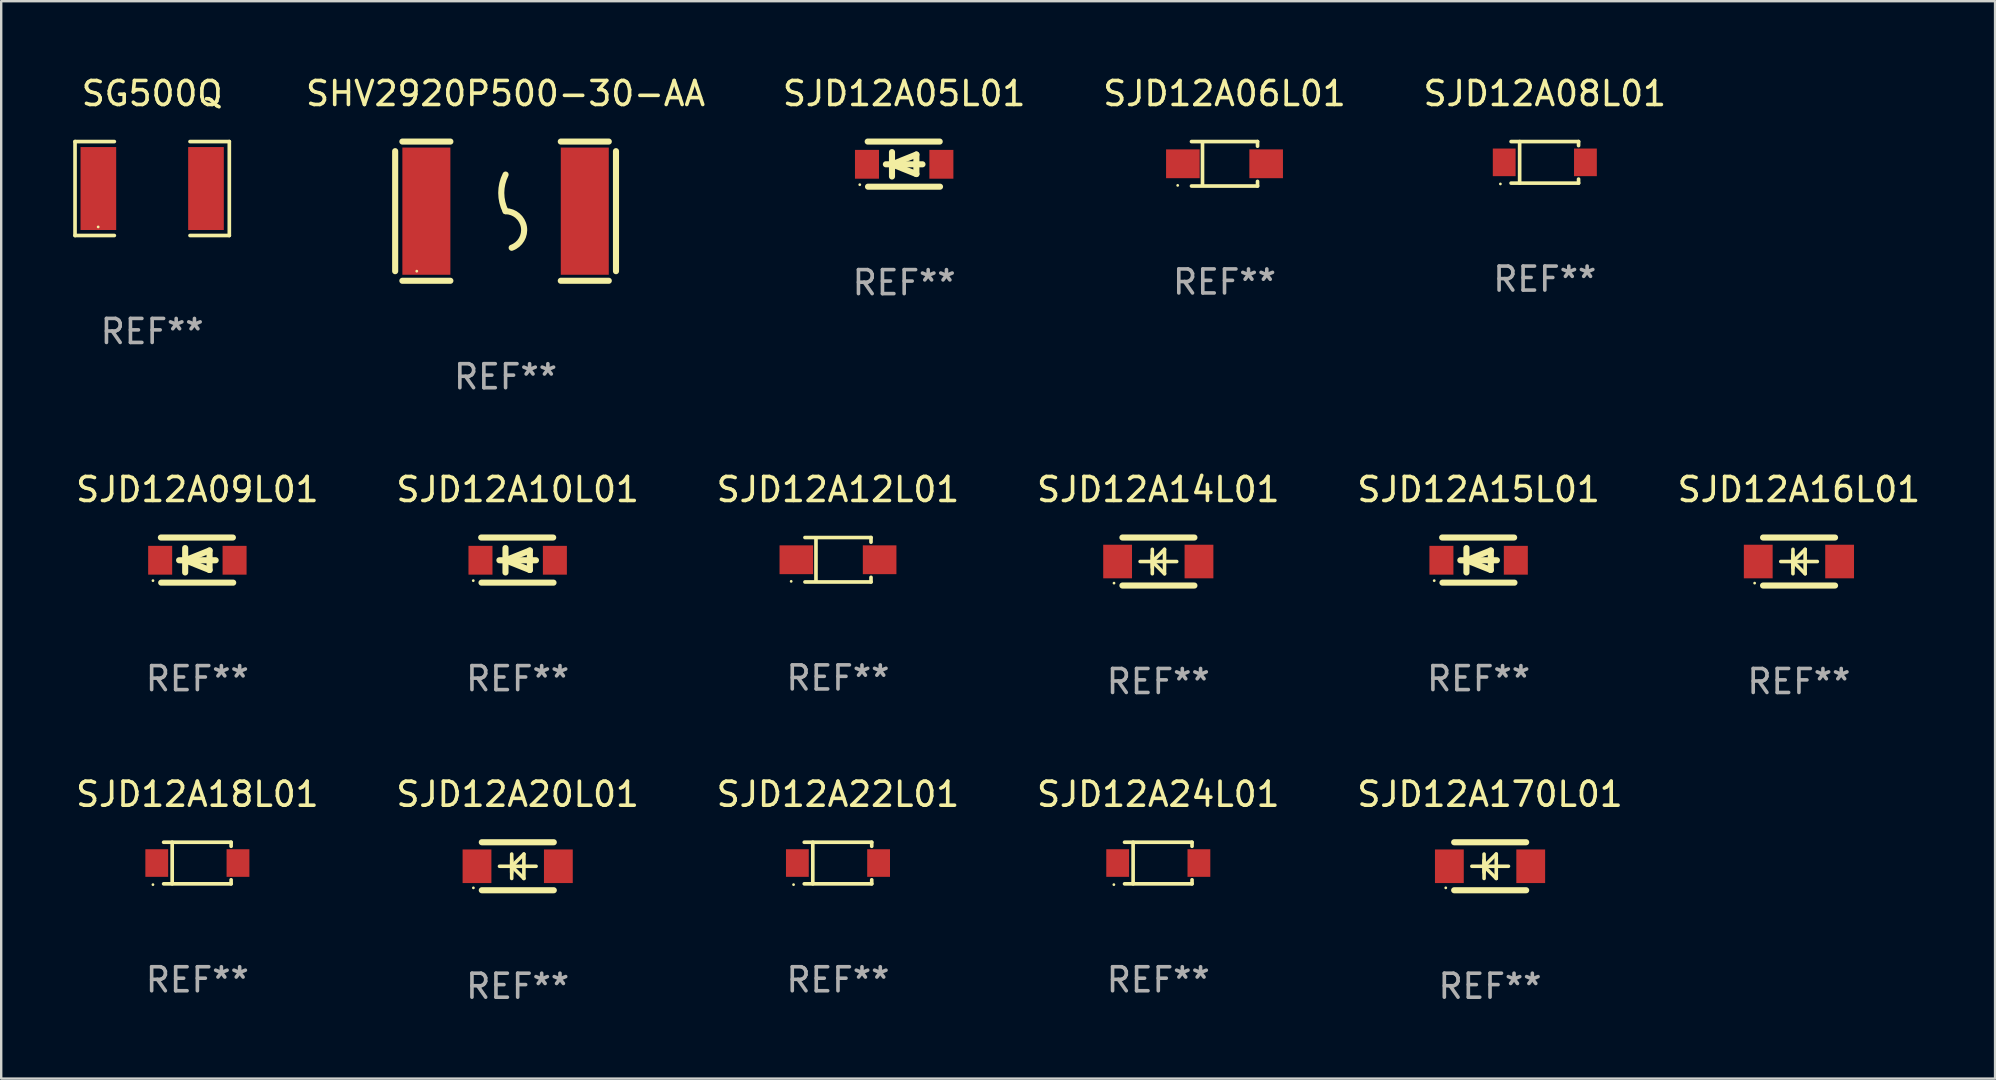
<source format=kicad_pcb>
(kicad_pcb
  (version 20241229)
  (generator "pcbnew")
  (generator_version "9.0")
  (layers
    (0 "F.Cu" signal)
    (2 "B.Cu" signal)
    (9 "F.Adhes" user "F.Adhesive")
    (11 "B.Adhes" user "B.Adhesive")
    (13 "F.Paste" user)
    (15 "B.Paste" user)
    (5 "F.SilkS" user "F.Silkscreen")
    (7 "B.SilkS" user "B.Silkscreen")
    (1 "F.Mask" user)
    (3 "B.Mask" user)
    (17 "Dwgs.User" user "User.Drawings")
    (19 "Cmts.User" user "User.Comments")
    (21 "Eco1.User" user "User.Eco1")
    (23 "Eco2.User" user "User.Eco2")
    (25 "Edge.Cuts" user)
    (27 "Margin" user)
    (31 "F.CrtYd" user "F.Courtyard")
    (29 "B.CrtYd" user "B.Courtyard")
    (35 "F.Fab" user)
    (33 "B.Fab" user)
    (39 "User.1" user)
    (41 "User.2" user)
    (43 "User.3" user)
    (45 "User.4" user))
  (footprint "SG500Q"
    (layer "F.Cu")
    (at 3.29 4.805)
    (property "Reference" "SG500Q" (at 0 -3.957 0) (layer "F.SilkS") (effects (font (size 1 1) (thickness 0.15))))
    (attr through_hole)
    (fp_line (start -3.214 -1.957) (end -1.576 -1.957) (stroke (width 0.152) (type solid)) (layer "F.SilkS"))
    (fp_line (start -3.214 1.957) (end -3.214 -1.957) (stroke (width 0.152) (type solid)) (layer "F.SilkS"))
    (fp_line (start -1.576 1.957) (end -3.214 1.957) (stroke (width 0.152) (type solid)) (layer "F.SilkS"))
    (fp_line (start 1.576 1.957) (end 3.214 1.957) (stroke (width 0.152) (type solid)) (layer "F.SilkS"))
    (fp_line (start 3.214 -1.957) (end 1.576 -1.957) (stroke (width 0.152) (type solid)) (layer "F.SilkS"))
    (fp_line (start 3.214 1.957) (end 3.214 -1.957) (stroke (width 0.152) (type solid)) (layer "F.SilkS"))
    (fp_circle (center -2.25 1.6) (end -2.22 1.6) (stroke (width 0.06) (type solid)) (fill no) (layer "F.SilkS"))
    (fp_text user "REF**" (at 0 5.957 0) (layer "F.Fab") (effects (font (size 1 1) (thickness 0.15))))
    (pad "1" smd rect (at -2.242 0) (size 1.485 3.456) (layers "F.Cu" "F.Mask" "F.Paste"))
    (pad "2" smd rect (at 2.242 0) (size 1.485 3.456) (layers "F.Cu" "F.Mask" "F.Paste")))
  (footprint "SJD12A09L01"
    (layer "F.Cu")
    (at 5.173 20.285)
    (property "Reference" "SJD12A09L01" (at 0 -2.94 0) (layer "F.SilkS") (effects (font (size 1 1) (thickness 0.15))))
    (attr through_hole)
    (fp_line (start -1.52 -0.94) (end 1.48 -0.94) (stroke (width 0.254) (type solid)) (layer "F.SilkS"))
    (fp_line (start -1.507 0.94) (end 1.493 0.94) (stroke (width 0.254) (type solid)) (layer "F.SilkS"))
    (fp_line (start -0.762 0.007) (end 0.762 0.007) (stroke (width 0.254) (type solid)) (layer "F.SilkS"))
    (fp_line (start -0.508 -0.501) (end -0.508 0.515) (stroke (width 0.254) (type solid)) (layer "F.SilkS"))
    (fp_line (start -0.508 0.007) (end 0.508 -0.4) (stroke (width 0.254) (type solid)) (layer "F.SilkS"))
    (fp_line (start 0.508 -0.4) (end 0.508 0.413) (stroke (width 0.254) (type solid)) (layer "F.SilkS"))
    (fp_line (start 0.508 0.413) (end -0.508 0.007) (stroke (width 0.254) (type solid)) (layer "F.SilkS"))
    (fp_circle (center -1.85 0.857) (end -1.82 0.857) (stroke (width 0.06) (type solid)) (fill no) (layer "F.SilkS"))
    (fp_text user "REF**" (at 0 4.94 0) (layer "F.Fab") (effects (font (size 1 1) (thickness 0.15))))
    (pad "1" smd rect (at -1.55 0.007) (size 1 1.2) (layers "F.Cu" "F.Mask" "F.Paste"))
    (pad "2" smd rect (at 1.55 0.007) (size 1 1.2) (layers "F.Cu" "F.Mask" "F.Paste")))
  (footprint "SJD12A16L01"
    (layer "F.Cu")
    (at 71.899 20.345)
    (property "Reference" "SJD12A16L01" (at 0 -3 0) (layer "F.SilkS") (effects (font (size 1 1) (thickness 0.15))))
    (attr through_hole)
    (fp_line (start -1.495 -1) (end 1.505 -1) (stroke (width 0.254) (type solid)) (layer "F.SilkS"))
    (fp_line (start -1.495 1) (end 1.505 1) (stroke (width 0.254) (type solid)) (layer "F.SilkS"))
    (fp_line (start -0.757 0) (end 0.767 0) (stroke (width 0.15) (type solid)) (layer "F.SilkS"))
    (fp_line (start -0.249 -0.508) (end -0.249 0.508) (stroke (width 0.15) (type solid)) (layer "F.SilkS"))
    (fp_line (start -0.249 0) (end 0.259 -0.508) (stroke (width 0.15) (type solid)) (layer "F.SilkS"))
    (fp_line (start -0.249 0) (end 0.259 0.508) (stroke (width 0.15) (type solid)) (layer "F.SilkS"))
    (fp_line (start -0.249 0.254) (end -0.249 -0.254) (stroke (width 0.15) (type solid)) (layer "F.SilkS"))
    (fp_line (start 0.259 0.508) (end 0.259 -0.508) (stroke (width 0.15) (type solid)) (layer "F.SilkS"))
    (fp_circle (center -1.845 0.9) (end -1.815 0.9) (stroke (width 0.06) (type solid)) (fill no) (layer "F.SilkS"))
    (fp_text user "REF**" (at 0 5 0) (layer "F.Fab") (effects (font (size 1 1) (thickness 0.15))))
    (pad "1" smd rect (at -1.695 0) (size 1.2 1.4) (layers "F.Cu" "F.Mask" "F.Paste"))
    (pad "2" smd rect (at 1.695 0) (size 1.2 1.4) (layers "F.Cu" "F.Mask" "F.Paste")))
  (footprint "SJD12A170L01"
    (layer "F.Cu")
    (at 59.03 33.041)
    (property "Reference" "SJD12A170L01" (at 0 -3 0) (layer "F.SilkS") (effects (font (size 1 1) (thickness 0.15))))
    (attr through_hole)
    (fp_line (start -1.495 -1) (end 1.505 -1) (stroke (width 0.254) (type solid)) (layer "F.SilkS"))
    (fp_line (start -1.495 1) (end 1.505 1) (stroke (width 0.254) (type solid)) (layer "F.SilkS"))
    (fp_line (start -0.757 0) (end 0.767 0) (stroke (width 0.15) (type solid)) (layer "F.SilkS"))
    (fp_line (start -0.249 -0.508) (end -0.249 0.508) (stroke (width 0.15) (type solid)) (layer "F.SilkS"))
    (fp_line (start -0.249 0) (end 0.259 -0.508) (stroke (width 0.15) (type solid)) (layer "F.SilkS"))
    (fp_line (start -0.249 0) (end 0.259 0.508) (stroke (width 0.15) (type solid)) (layer "F.SilkS"))
    (fp_line (start -0.249 0.254) (end -0.249 -0.254) (stroke (width 0.15) (type solid)) (layer "F.SilkS"))
    (fp_line (start 0.259 0.508) (end 0.259 -0.508) (stroke (width 0.15) (type solid)) (layer "F.SilkS"))
    (fp_circle (center -1.845 0.9) (end -1.815 0.9) (stroke (width 0.06) (type solid)) (fill no) (layer "F.SilkS"))
    (fp_text user "REF**" (at 0 5 0) (layer "F.Fab") (effects (font (size 1 1) (thickness 0.15))))
    (pad "1" smd rect (at -1.695 0) (size 1.2 1.4) (layers "F.Cu" "F.Mask" "F.Paste"))
    (pad "2" smd rect (at 1.695 0) (size 1.2 1.4) (layers "F.Cu" "F.Mask" "F.Paste")))
  (footprint "SJD12A10L01"
    (layer "F.Cu")
    (at 18.518 20.285)
    (property "Reference" "SJD12A10L01" (at 0 -2.94 0) (layer "F.SilkS") (effects (font (size 1 1) (thickness 0.15))))
    (attr through_hole)
    (fp_line (start -1.52 -0.94) (end 1.48 -0.94) (stroke (width 0.254) (type solid)) (layer "F.SilkS"))
    (fp_line (start -1.507 0.94) (end 1.493 0.94) (stroke (width 0.254) (type solid)) (layer "F.SilkS"))
    (fp_line (start -0.762 0.007) (end 0.762 0.007) (stroke (width 0.254) (type solid)) (layer "F.SilkS"))
    (fp_line (start -0.508 -0.501) (end -0.508 0.515) (stroke (width 0.254) (type solid)) (layer "F.SilkS"))
    (fp_line (start -0.508 0.007) (end 0.508 -0.4) (stroke (width 0.254) (type solid)) (layer "F.SilkS"))
    (fp_line (start 0.508 -0.4) (end 0.508 0.413) (stroke (width 0.254) (type solid)) (layer "F.SilkS"))
    (fp_line (start 0.508 0.413) (end -0.508 0.007) (stroke (width 0.254) (type solid)) (layer "F.SilkS"))
    (fp_circle (center -1.85 0.857) (end -1.82 0.857) (stroke (width 0.06) (type solid)) (fill no) (layer "F.SilkS"))
    (fp_text user "REF**" (at 0 4.94 0) (layer "F.Fab") (effects (font (size 1 1) (thickness 0.15))))
    (pad "1" smd rect (at -1.55 0.007) (size 1 1.2) (layers "F.Cu" "F.Mask" "F.Paste"))
    (pad "2" smd rect (at 1.55 0.007) (size 1 1.2) (layers "F.Cu" "F.Mask" "F.Paste")))
  (footprint "SJD12A05L01"
    (layer "F.Cu")
    (at 34.621 3.788)
    (property "Reference" "SJD12A05L01" (at 0 -2.94 0) (layer "F.SilkS") (effects (font (size 1 1) (thickness 0.15))))
    (attr through_hole)
    (fp_line (start -1.52 -0.94) (end 1.48 -0.94) (stroke (width 0.254) (type solid)) (layer "F.SilkS"))
    (fp_line (start -1.507 0.94) (end 1.493 0.94) (stroke (width 0.254) (type solid)) (layer "F.SilkS"))
    (fp_line (start -0.762 0.007) (end 0.762 0.007) (stroke (width 0.254) (type solid)) (layer "F.SilkS"))
    (fp_line (start -0.508 -0.501) (end -0.508 0.515) (stroke (width 0.254) (type solid)) (layer "F.SilkS"))
    (fp_line (start -0.508 0.007) (end 0.508 -0.4) (stroke (width 0.254) (type solid)) (layer "F.SilkS"))
    (fp_line (start 0.508 -0.4) (end 0.508 0.413) (stroke (width 0.254) (type solid)) (layer "F.SilkS"))
    (fp_line (start 0.508 0.413) (end -0.508 0.007) (stroke (width 0.254) (type solid)) (layer "F.SilkS"))
    (fp_circle (center -1.85 0.857) (end -1.82 0.857) (stroke (width 0.06) (type solid)) (fill no) (layer "F.SilkS"))
    (fp_text user "REF**" (at 0 4.94 0) (layer "F.Fab") (effects (font (size 1 1) (thickness 0.15))))
    (pad "1" smd rect (at -1.55 0.007) (size 1 1.2) (layers "F.Cu" "F.Mask" "F.Paste"))
    (pad "2" smd rect (at 1.55 0.007) (size 1 1.2) (layers "F.Cu" "F.Mask" "F.Paste")))
  (footprint "SJD12A12L01"
    (layer "F.Cu")
    (at 31.863 20.271)
    (property "Reference" "SJD12A12L01" (at 0 -2.926 0) (layer "F.SilkS") (effects (font (size 1 1) (thickness 0.15))))
    (attr through_hole)
    (fp_line (start -1.376 -0.926) (end 1.376 -0.926) (stroke (width 0.152) (type solid)) (layer "F.SilkS"))
    (fp_line (start -1.376 0.926) (end 1.376 0.926) (stroke (width 0.152) (type solid)) (layer "F.SilkS"))
    (fp_line (start -0.917 -0.876) (end -0.917 0.876) (stroke (width 0.152) (type solid)) (layer "F.SilkS"))
    (fp_line (start 1.376 -0.926) (end 1.376 -0.733) (stroke (width 0.152) (type solid)) (layer "F.SilkS"))
    (fp_line (start 1.376 0.926) (end 1.376 0.733) (stroke (width 0.152) (type solid)) (layer "F.SilkS"))
    (fp_circle (center -1.95 0.9) (end -1.92 0.9) (stroke (width 0.06) (type solid)) (fill no) (layer "F.SilkS"))
    (fp_text user "REF**" (at 0 4.926 0) (layer "F.Fab") (effects (font (size 1 1) (thickness 0.15))))
    (pad "1" smd rect (at -1.735 0) (size 1.4 1.2) (layers "F.Cu" "F.Mask" "F.Paste"))
    (pad "2" smd rect (at 1.735 0) (size 1.4 1.2) (layers "F.Cu" "F.Mask" "F.Paste")))
  (footprint "SJD12A15L01"
    (layer "F.Cu")
    (at 58.554 20.285)
    (property "Reference" "SJD12A15L01" (at 0 -2.94 0) (layer "F.SilkS") (effects (font (size 1 1) (thickness 0.15))))
    (attr through_hole)
    (fp_line (start -1.52 -0.94) (end 1.48 -0.94) (stroke (width 0.254) (type solid)) (layer "F.SilkS"))
    (fp_line (start -1.507 0.94) (end 1.493 0.94) (stroke (width 0.254) (type solid)) (layer "F.SilkS"))
    (fp_line (start -0.762 0.007) (end 0.762 0.007) (stroke (width 0.254) (type solid)) (layer "F.SilkS"))
    (fp_line (start -0.508 -0.501) (end -0.508 0.515) (stroke (width 0.254) (type solid)) (layer "F.SilkS"))
    (fp_line (start -0.508 0.007) (end 0.508 -0.4) (stroke (width 0.254) (type solid)) (layer "F.SilkS"))
    (fp_line (start 0.508 -0.4) (end 0.508 0.413) (stroke (width 0.254) (type solid)) (layer "F.SilkS"))
    (fp_line (start 0.508 0.413) (end -0.508 0.007) (stroke (width 0.254) (type solid)) (layer "F.SilkS"))
    (fp_circle (center -1.85 0.857) (end -1.82 0.857) (stroke (width 0.06) (type solid)) (fill no) (layer "F.SilkS"))
    (fp_text user "REF**" (at 0 4.94 0) (layer "F.Fab") (effects (font (size 1 1) (thickness 0.15))))
    (pad "1" smd rect (at -1.55 0.007) (size 1 1.2) (layers "F.Cu" "F.Mask" "F.Paste"))
    (pad "2" smd rect (at 1.55 0.007) (size 1 1.2) (layers "F.Cu" "F.Mask" "F.Paste")))
  (footprint "SJD12A22L01"
    (layer "F.Cu")
    (at 31.863 32.907)
    (property "Reference" "SJD12A22L01" (at 0 -2.866 0) (layer "F.SilkS") (effects (font (size 1 1) (thickness 0.15))))
    (attr through_hole)
    (fp_line (start -1.406 -0.866) (end 1.406 -0.866) (stroke (width 0.152) (type solid)) (layer "F.SilkS"))
    (fp_line (start -1.406 0.866) (end 1.406 0.866) (stroke (width 0.152) (type solid)) (layer "F.SilkS"))
    (fp_line (start -1.049 -0.866) (end -1.049 0.866) (stroke (width 0.152) (type solid)) (layer "F.SilkS"))
    (fp_line (start 1.406 -0.866) (end 1.406 -0.698) (stroke (width 0.152) (type solid)) (layer "F.SilkS"))
    (fp_line (start 1.406 0.866) (end 1.406 0.698) (stroke (width 0.152) (type solid)) (layer "F.SilkS"))
    (fp_circle (center -1.851 0.9) (end -1.821 0.9) (stroke (width 0.06) (type solid)) (fill no) (layer "F.SilkS"))
    (fp_text user "REF**" (at 0 4.866 0) (layer "F.Fab") (effects (font (size 1 1) (thickness 0.15))))
    (pad "1" smd rect (at -1.692 0) (size 0.95 1.15) (layers "F.Cu" "F.Mask" "F.Paste"))
    (pad "2" smd rect (at 1.692 0) (size 0.95 1.15) (layers "F.Cu" "F.Mask" "F.Paste")))
  (footprint "SJD12A06L01"
    (layer "F.Cu")
    (at 47.967 3.774)
    (property "Reference" "SJD12A06L01" (at 0 -2.926 0) (layer "F.SilkS") (effects (font (size 1 1) (thickness 0.15))))
    (attr through_hole)
    (fp_line (start -1.376 -0.926) (end 1.376 -0.926) (stroke (width 0.152) (type solid)) (layer "F.SilkS"))
    (fp_line (start -1.376 0.926) (end 1.376 0.926) (stroke (width 0.152) (type solid)) (layer "F.SilkS"))
    (fp_line (start -0.917 -0.876) (end -0.917 0.876) (stroke (width 0.152) (type solid)) (layer "F.SilkS"))
    (fp_line (start 1.376 -0.926) (end 1.376 -0.733) (stroke (width 0.152) (type solid)) (layer "F.SilkS"))
    (fp_line (start 1.376 0.926) (end 1.376 0.733) (stroke (width 0.152) (type solid)) (layer "F.SilkS"))
    (fp_circle (center -1.95 0.9) (end -1.92 0.9) (stroke (width 0.06) (type solid)) (fill no) (layer "F.SilkS"))
    (fp_text user "REF**" (at 0 4.926 0) (layer "F.Fab") (effects (font (size 1 1) (thickness 0.15))))
    (pad "1" smd rect (at -1.735 0) (size 1.4 1.2) (layers "F.Cu" "F.Mask" "F.Paste"))
    (pad "2" smd rect (at 1.735 0) (size 1.4 1.2) (layers "F.Cu" "F.Mask" "F.Paste")))
  (footprint "SHV2920P500-30-AA"
    (layer "F.Cu")
    (at 18.014 5.748)
    (property "Reference" "SHV2920P500-30-AA" (at 0 -4.9 0) (layer "F.SilkS") (effects (font (size 1 1) (thickness 0.15))))
    (attr through_hole)
    (fp_line (start -4.6 -2.5) (end -4.6 2.5) (stroke (width 0.254) (type solid)) (layer "F.SilkS"))
    (fp_line (start -4.3 -2.9) (end -2.3 -2.9) (stroke (width 0.254) (type solid)) (layer "F.SilkS"))
    (fp_line (start -4.3 2.9) (end -2.3 2.9) (stroke (width 0.254) (type solid)) (layer "F.SilkS"))
    (fp_line (start 2.3 -2.9) (end 4.3 -2.9) (stroke (width 0.254) (type solid)) (layer "F.SilkS"))
    (fp_line (start 2.3 2.9) (end 4.3 2.9) (stroke (width 0.254) (type solid)) (layer "F.SilkS"))
    (fp_line (start 4.6 -2.5) (end 4.6 2.5) (stroke (width 0.254) (type solid)) (layer "F.SilkS"))
    (fp_arc (start 0 0) (mid -0.179884 -0.762002) (end 0 -1.524003) (stroke (width 0.254001) (type solid)) (layer "F.SilkS"))
    (fp_arc (start 0 0) (mid 0.763086 0.655987) (end 0.254001 1.524003) (stroke (width 0.254001) (type solid)) (layer "F.SilkS"))
    (fp_circle (center -3.7 2.5) (end -3.67 2.5) (stroke (width 0.06) (type solid)) (fill no) (layer "F.SilkS"))
    (fp_text user "REF**" (at 0 6.9 0) (layer "F.Fab") (effects (font (size 1 1) (thickness 0.15))))
    (pad "1" smd rect (at -3.3 0) (size 2 5.3) (layers "F.Cu" "F.Mask" "F.Paste"))
    (pad "2" smd rect (at 3.3 0) (size 2 5.3) (layers "F.Cu" "F.Mask" "F.Paste")))
  (footprint "SJD12A08L01"
    (layer "F.Cu")
    (at 61.312 3.714)
    (property "Reference" "SJD12A08L01" (at 0 -2.866 0) (layer "F.SilkS") (effects (font (size 1 1) (thickness 0.15))))
    (attr through_hole)
    (fp_line (start -1.406 -0.866) (end 1.406 -0.866) (stroke (width 0.152) (type solid)) (layer "F.SilkS"))
    (fp_line (start -1.406 0.866) (end 1.406 0.866) (stroke (width 0.152) (type solid)) (layer "F.SilkS"))
    (fp_line (start -1.049 -0.866) (end -1.049 0.866) (stroke (width 0.152) (type solid)) (layer "F.SilkS"))
    (fp_line (start 1.406 -0.866) (end 1.406 -0.698) (stroke (width 0.152) (type solid)) (layer "F.SilkS"))
    (fp_line (start 1.406 0.866) (end 1.406 0.698) (stroke (width 0.152) (type solid)) (layer "F.SilkS"))
    (fp_circle (center -1.851 0.9) (end -1.821 0.9) (stroke (width 0.06) (type solid)) (fill no) (layer "F.SilkS"))
    (fp_text user "REF**" (at 0 4.866 0) (layer "F.Fab") (effects (font (size 1 1) (thickness 0.15))))
    (pad "1" smd rect (at -1.692 0) (size 0.95 1.15) (layers "F.Cu" "F.Mask" "F.Paste"))
    (pad "2" smd rect (at 1.692 0) (size 0.95 1.15) (layers "F.Cu" "F.Mask" "F.Paste")))
  (footprint "SJD12A14L01"
    (layer "F.Cu")
    (at 45.208 20.345)
    (property "Reference" "SJD12A14L01" (at 0 -3 0) (layer "F.SilkS") (effects (font (size 1 1) (thickness 0.15))))
    (attr through_hole)
    (fp_line (start -1.495 -1) (end 1.505 -1) (stroke (width 0.254) (type solid)) (layer "F.SilkS"))
    (fp_line (start -1.495 1) (end 1.505 1) (stroke (width 0.254) (type solid)) (layer "F.SilkS"))
    (fp_line (start -0.757 0) (end 0.767 0) (stroke (width 0.15) (type solid)) (layer "F.SilkS"))
    (fp_line (start -0.249 -0.508) (end -0.249 0.508) (stroke (width 0.15) (type solid)) (layer "F.SilkS"))
    (fp_line (start -0.249 0) (end 0.259 -0.508) (stroke (width 0.15) (type solid)) (layer "F.SilkS"))
    (fp_line (start -0.249 0) (end 0.259 0.508) (stroke (width 0.15) (type solid)) (layer "F.SilkS"))
    (fp_line (start -0.249 0.254) (end -0.249 -0.254) (stroke (width 0.15) (type solid)) (layer "F.SilkS"))
    (fp_line (start 0.259 0.508) (end 0.259 -0.508) (stroke (width 0.15) (type solid)) (layer "F.SilkS"))
    (fp_circle (center -1.845 0.9) (end -1.815 0.9) (stroke (width 0.06) (type solid)) (fill no) (layer "F.SilkS"))
    (fp_text user "REF**" (at 0 5 0) (layer "F.Fab") (effects (font (size 1 1) (thickness 0.15))))
    (pad "1" smd rect (at -1.695 0) (size 1.2 1.4) (layers "F.Cu" "F.Mask" "F.Paste"))
    (pad "2" smd rect (at 1.695 0) (size 1.2 1.4) (layers "F.Cu" "F.Mask" "F.Paste")))
  (footprint "SJD12A20L01"
    (layer "F.Cu")
    (at 18.518 33.041)
    (property "Reference" "SJD12A20L01" (at 0 -3 0) (layer "F.SilkS") (effects (font (size 1 1) (thickness 0.15))))
    (attr through_hole)
    (fp_line (start -1.495 -1) (end 1.505 -1) (stroke (width 0.254) (type solid)) (layer "F.SilkS"))
    (fp_line (start -1.495 1) (end 1.505 1) (stroke (width 0.254) (type solid)) (layer "F.SilkS"))
    (fp_line (start -0.757 0) (end 0.767 0) (stroke (width 0.15) (type solid)) (layer "F.SilkS"))
    (fp_line (start -0.249 -0.508) (end -0.249 0.508) (stroke (width 0.15) (type solid)) (layer "F.SilkS"))
    (fp_line (start -0.249 0) (end 0.259 -0.508) (stroke (width 0.15) (type solid)) (layer "F.SilkS"))
    (fp_line (start -0.249 0) (end 0.259 0.508) (stroke (width 0.15) (type solid)) (layer "F.SilkS"))
    (fp_line (start -0.249 0.254) (end -0.249 -0.254) (stroke (width 0.15) (type solid)) (layer "F.SilkS"))
    (fp_line (start 0.259 0.508) (end 0.259 -0.508) (stroke (width 0.15) (type solid)) (layer "F.SilkS"))
    (fp_circle (center -1.845 0.9) (end -1.815 0.9) (stroke (width 0.06) (type solid)) (fill no) (layer "F.SilkS"))
    (fp_text user "REF**" (at 0 5 0) (layer "F.Fab") (effects (font (size 1 1) (thickness 0.15))))
    (pad "1" smd rect (at -1.695 0) (size 1.2 1.4) (layers "F.Cu" "F.Mask" "F.Paste"))
    (pad "2" smd rect (at 1.695 0) (size 1.2 1.4) (layers "F.Cu" "F.Mask" "F.Paste")))
  (footprint "SJD12A18L01"
    (layer "F.Cu")
    (at 5.173 32.907)
    (property "Reference" "SJD12A18L01" (at 0 -2.866 0) (layer "F.SilkS") (effects (font (size 1 1) (thickness 0.15))))
    (attr through_hole)
    (fp_line (start -1.406 -0.866) (end 1.406 -0.866) (stroke (width 0.152) (type solid)) (layer "F.SilkS"))
    (fp_line (start -1.406 0.866) (end 1.406 0.866) (stroke (width 0.152) (type solid)) (layer "F.SilkS"))
    (fp_line (start -1.049 -0.866) (end -1.049 0.866) (stroke (width 0.152) (type solid)) (layer "F.SilkS"))
    (fp_line (start 1.406 -0.866) (end 1.406 -0.698) (stroke (width 0.152) (type solid)) (layer "F.SilkS"))
    (fp_line (start 1.406 0.866) (end 1.406 0.698) (stroke (width 0.152) (type solid)) (layer "F.SilkS"))
    (fp_circle (center -1.851 0.9) (end -1.821 0.9) (stroke (width 0.06) (type solid)) (fill no) (layer "F.SilkS"))
    (fp_text user "REF**" (at 0 4.866 0) (layer "F.Fab") (effects (font (size 1 1) (thickness 0.15))))
    (pad "1" smd rect (at -1.692 0) (size 0.95 1.15) (layers "F.Cu" "F.Mask" "F.Paste"))
    (pad "2" smd rect (at 1.692 0) (size 0.95 1.15) (layers "F.Cu" "F.Mask" "F.Paste")))
  (footprint "SJD12A24L01"
    (layer "F.Cu")
    (at 45.208 32.907)
    (property "Reference" "SJD12A24L01" (at 0 -2.866 0) (layer "F.SilkS") (effects (font (size 1 1) (thickness 0.15))))
    (attr through_hole)
    (fp_line (start -1.406 -0.866) (end 1.406 -0.866) (stroke (width 0.152) (type solid)) (layer "F.SilkS"))
    (fp_line (start -1.406 0.866) (end 1.406 0.866) (stroke (width 0.152) (type solid)) (layer "F.SilkS"))
    (fp_line (start -1.049 -0.866) (end -1.049 0.866) (stroke (width 0.152) (type solid)) (layer "F.SilkS"))
    (fp_line (start 1.406 -0.866) (end 1.406 -0.698) (stroke (width 0.152) (type solid)) (layer "F.SilkS"))
    (fp_line (start 1.406 0.866) (end 1.406 0.698) (stroke (width 0.152) (type solid)) (layer "F.SilkS"))
    (fp_circle (center -1.851 0.9) (end -1.821 0.9) (stroke (width 0.06) (type solid)) (fill no) (layer "F.SilkS"))
    (fp_text user "REF**" (at 0 4.866 0) (layer "F.Fab") (effects (font (size 1 1) (thickness 0.15))))
    (pad "1" smd rect (at -1.692 0) (size 0.95 1.15) (layers "F.Cu" "F.Mask" "F.Paste"))
    (pad "2" smd rect (at 1.692 0) (size 0.95 1.15) (layers "F.Cu" "F.Mask" "F.Paste")))
  (gr_rect
    (start -3 -3)
    (end 80.071 41.889)
    (stroke (width 0.1) (type default))
    (fill no)
    (layer "Edge.Cuts")))
</source>
